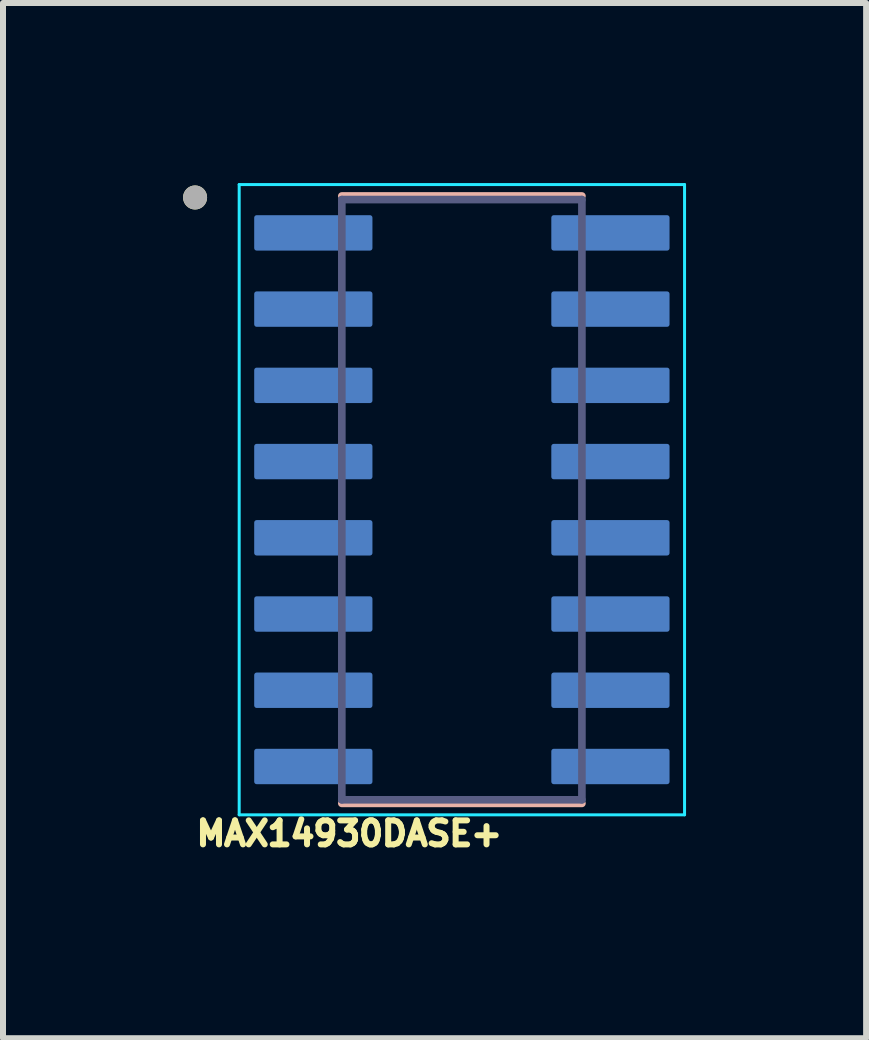
<source format=kicad_pcb>
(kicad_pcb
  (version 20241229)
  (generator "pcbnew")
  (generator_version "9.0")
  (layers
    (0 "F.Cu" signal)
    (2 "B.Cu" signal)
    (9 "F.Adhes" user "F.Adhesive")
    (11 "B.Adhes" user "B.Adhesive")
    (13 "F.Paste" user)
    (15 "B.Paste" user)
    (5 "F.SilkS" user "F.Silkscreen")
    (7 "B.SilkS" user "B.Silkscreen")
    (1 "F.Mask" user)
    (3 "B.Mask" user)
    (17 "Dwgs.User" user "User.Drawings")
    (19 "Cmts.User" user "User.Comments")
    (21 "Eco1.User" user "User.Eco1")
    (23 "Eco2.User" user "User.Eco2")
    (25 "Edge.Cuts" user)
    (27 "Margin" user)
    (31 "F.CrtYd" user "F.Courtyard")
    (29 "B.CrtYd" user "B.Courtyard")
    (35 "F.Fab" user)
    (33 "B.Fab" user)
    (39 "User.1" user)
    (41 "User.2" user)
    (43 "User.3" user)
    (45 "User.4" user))
  (footprint "MAX14930DASE+"
    (layer "F.Cu")
    (at 4.645 5.275)
    (property "Reference" "MAX14930DASE+" (at -1.875 5.563 0) (layer "F.SilkS") (effects (font (size 0.4 0.4) (thickness 0.1))))
    (attr through_hole)
    (fp_circle (center -4.445 -5.035) (end -4.345 -5.035) (stroke (width 0.2) (type solid)) (fill no) (layer "F.SilkS"))
    (fp_line (start -2 -5.06) (end 2 -5.06) (stroke (width 0.127) (type solid)) (layer "B.SilkS"))
    (fp_line (start -2 5.06) (end 2 5.06) (stroke (width 0.127) (type solid)) (layer "B.SilkS"))
    (fp_line (start -3.71 -5.25) (end -3.71 5.25) (stroke (width 0.05) (type solid)) (layer "B.CrtYd"))
    (fp_line (start -3.71 -5.25) (end 3.71 -5.25) (stroke (width 0.05) (type solid)) (layer "B.CrtYd"))
    (fp_line (start -3.71 5.25) (end 3.71 5.25) (stroke (width 0.05) (type solid)) (layer "B.CrtYd"))
    (fp_line (start 3.71 -5.25) (end 3.71 5.25) (stroke (width 0.05) (type solid)) (layer "B.CrtYd"))
    (fp_line (start -2 -5) (end -2 5) (stroke (width 0.127) (type solid)) (layer "B.Fab"))
    (fp_line (start -2 -5) (end 2 -5) (stroke (width 0.127) (type solid)) (layer "B.Fab"))
    (fp_line (start -2 5) (end 2 5) (stroke (width 0.127) (type solid)) (layer "B.Fab"))
    (fp_line (start 2 -5) (end 2 5) (stroke (width 0.127) (type solid)) (layer "B.Fab"))
    (fp_circle (center -4.445 -5.035) (end -4.345 -5.035) (stroke (width 0.2) (type solid)) (fill no) (layer "F.Fab"))
    (pad "1" smd roundrect (at -2.475 -4.445) (size 1.97 0.59) (layers "B.Cu" "B.Mask" "B.Paste") (roundrect_rratio 0.07))
    (pad "2" smd roundrect (at -2.475 -3.175) (size 1.97 0.59) (layers "B.Cu" "B.Mask" "B.Paste") (roundrect_rratio 0.07))
    (pad "3" smd roundrect (at -2.475 -1.905) (size 1.97 0.59) (layers "B.Cu" "B.Mask" "B.Paste") (roundrect_rratio 0.07))
    (pad "4" smd roundrect (at -2.475 -0.635) (size 1.97 0.59) (layers "B.Cu" "B.Mask" "B.Paste") (roundrect_rratio 0.07))
    (pad "5" smd roundrect (at -2.475 0.635) (size 1.97 0.59) (layers "B.Cu" "B.Mask" "B.Paste") (roundrect_rratio 0.07))
    (pad "6" smd roundrect (at -2.475 1.905) (size 1.97 0.59) (layers "B.Cu" "B.Mask" "B.Paste") (roundrect_rratio 0.07))
    (pad "7" smd roundrect (at -2.475 3.175) (size 1.97 0.59) (layers "B.Cu" "B.Mask" "B.Paste") (roundrect_rratio 0.07))
    (pad "8" smd roundrect (at -2.475 4.445) (size 1.97 0.59) (layers "B.Cu" "B.Mask" "B.Paste") (roundrect_rratio 0.07))
    (pad "9" smd roundrect (at 2.475 4.445) (size 1.97 0.59) (layers "B.Cu" "B.Mask" "B.Paste") (roundrect_rratio 0.07))
    (pad "10" smd roundrect (at 2.475 3.175) (size 1.97 0.59) (layers "B.Cu" "B.Mask" "B.Paste") (roundrect_rratio 0.07))
    (pad "11" smd roundrect (at 2.475 1.905) (size 1.97 0.59) (layers "B.Cu" "B.Mask" "B.Paste") (roundrect_rratio 0.07))
    (pad "12" smd roundrect (at 2.475 0.635) (size 1.97 0.59) (layers "B.Cu" "B.Mask" "B.Paste") (roundrect_rratio 0.07))
    (pad "13" smd roundrect (at 2.475 -0.635) (size 1.97 0.59) (layers "B.Cu" "B.Mask" "B.Paste") (roundrect_rratio 0.07))
    (pad "14" smd roundrect (at 2.475 -1.905) (size 1.97 0.59) (layers "B.Cu" "B.Mask" "B.Paste") (roundrect_rratio 0.07))
    (pad "15" smd roundrect (at 2.475 -3.175) (size 1.97 0.59) (layers "B.Cu" "B.Mask" "B.Paste") (roundrect_rratio 0.07))
    (pad "16" smd roundrect (at 2.475 -4.445) (size 1.97 0.59) (layers "B.Cu" "B.Mask" "B.Paste") (roundrect_rratio 0.07)))
  (gr_rect
    (start -3 -3)
    (end 11.38 14.247)
    (stroke (width 0.1) (type default))
    (fill no)
    (layer "Edge.Cuts")))
</source>
